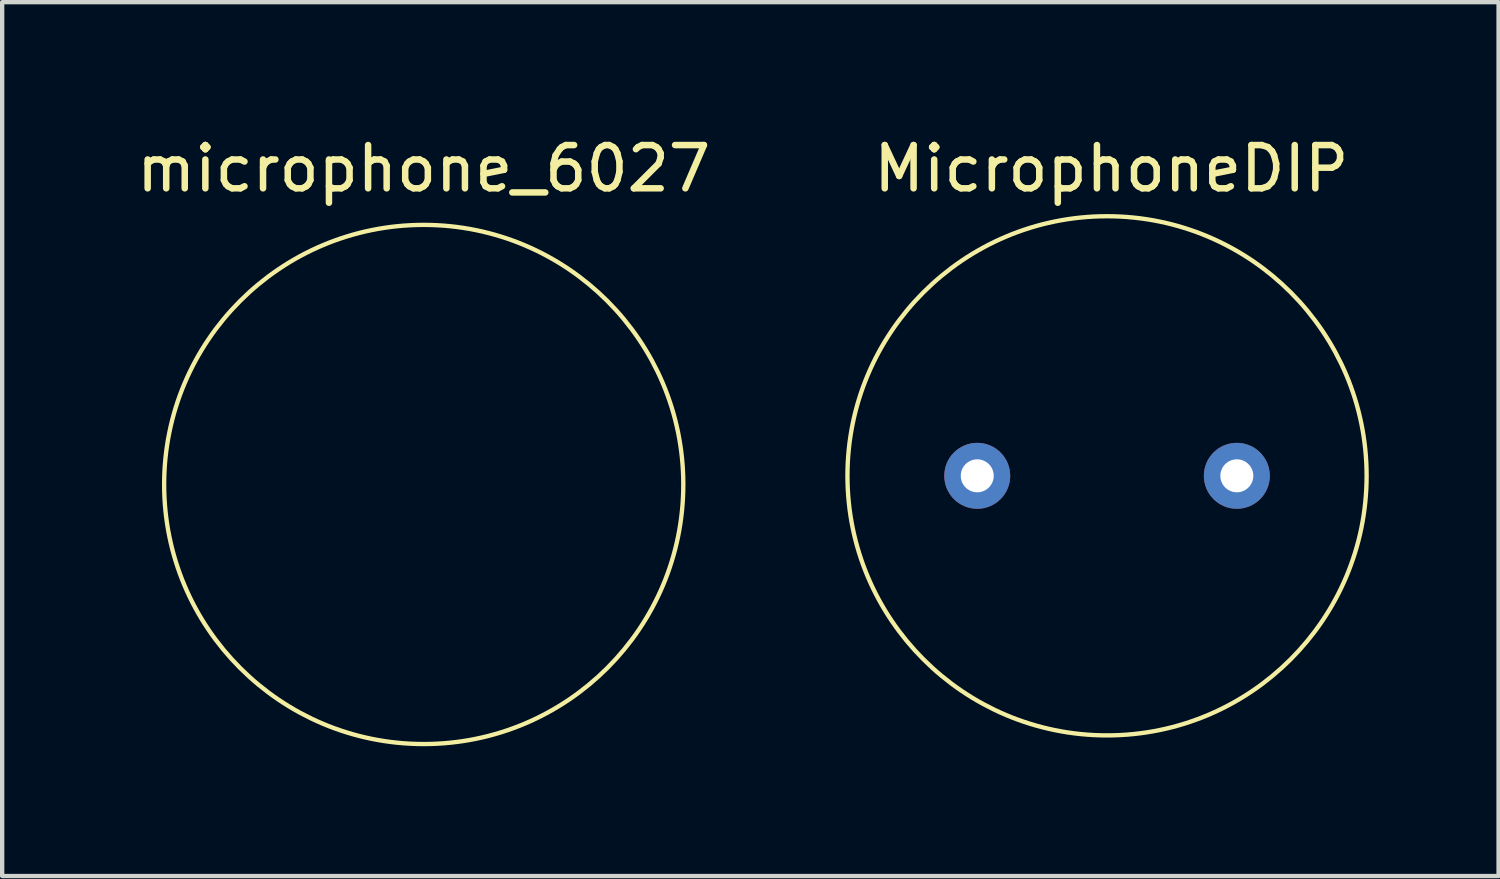
<source format=kicad_pcb>
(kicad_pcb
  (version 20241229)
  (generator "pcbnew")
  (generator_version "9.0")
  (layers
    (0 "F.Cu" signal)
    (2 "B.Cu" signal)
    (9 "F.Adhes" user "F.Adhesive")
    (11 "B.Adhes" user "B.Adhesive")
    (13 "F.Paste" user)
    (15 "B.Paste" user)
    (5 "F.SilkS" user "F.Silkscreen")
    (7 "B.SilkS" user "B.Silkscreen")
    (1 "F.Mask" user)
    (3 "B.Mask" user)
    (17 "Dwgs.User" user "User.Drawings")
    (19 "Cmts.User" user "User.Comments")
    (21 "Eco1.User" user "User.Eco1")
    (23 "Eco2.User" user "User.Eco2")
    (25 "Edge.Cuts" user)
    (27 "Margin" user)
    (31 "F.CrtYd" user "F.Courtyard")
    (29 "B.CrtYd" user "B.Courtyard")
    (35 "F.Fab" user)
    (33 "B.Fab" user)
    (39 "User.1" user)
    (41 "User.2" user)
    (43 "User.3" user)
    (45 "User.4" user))
  (footprint "MicrophoneDIP"
    (layer "F.Cu")
    (at 22.538 7.948)
    (property "Reference" "MicrophoneDIP" (at 0.1 -7.1 0) (layer "F.SilkS") (effects (font (size 1 1) (thickness 0.15))))
    (attr through_hole)
    (fp_circle (center 0 0) (end 6 0) (stroke (width 0.1) (type solid)) (fill no) (layer "F.SilkS"))
    (pad "1" thru_hole circle (at -3 0) (size 1.524 1.524) (drill 0.762) (layers "*.Cu" "*.Mask"))
    (pad "2" thru_hole circle (at 3 0) (size 1.524 1.524) (drill 0.762) (layers "*.Cu" "*.Mask")))
  (footprint "microphone_6027"
    (layer "F.Cu")
    (at 6.744 8.148)
    (property "Reference" "microphone_6027" (at 0 -7.3 0) (layer "F.SilkS") (effects (font (size 1 1) (thickness 0.15))))
    (attr through_hole)
    (fp_circle (center 0 0) (end 6 0) (stroke (width 0.1) (type solid)) (fill no) (layer "F.SilkS")))
  (gr_rect
    (start -3 -3)
    (end 31.588 17.198)
    (stroke (width 0.1) (type default))
    (fill no)
    (layer "Edge.Cuts")))
</source>
